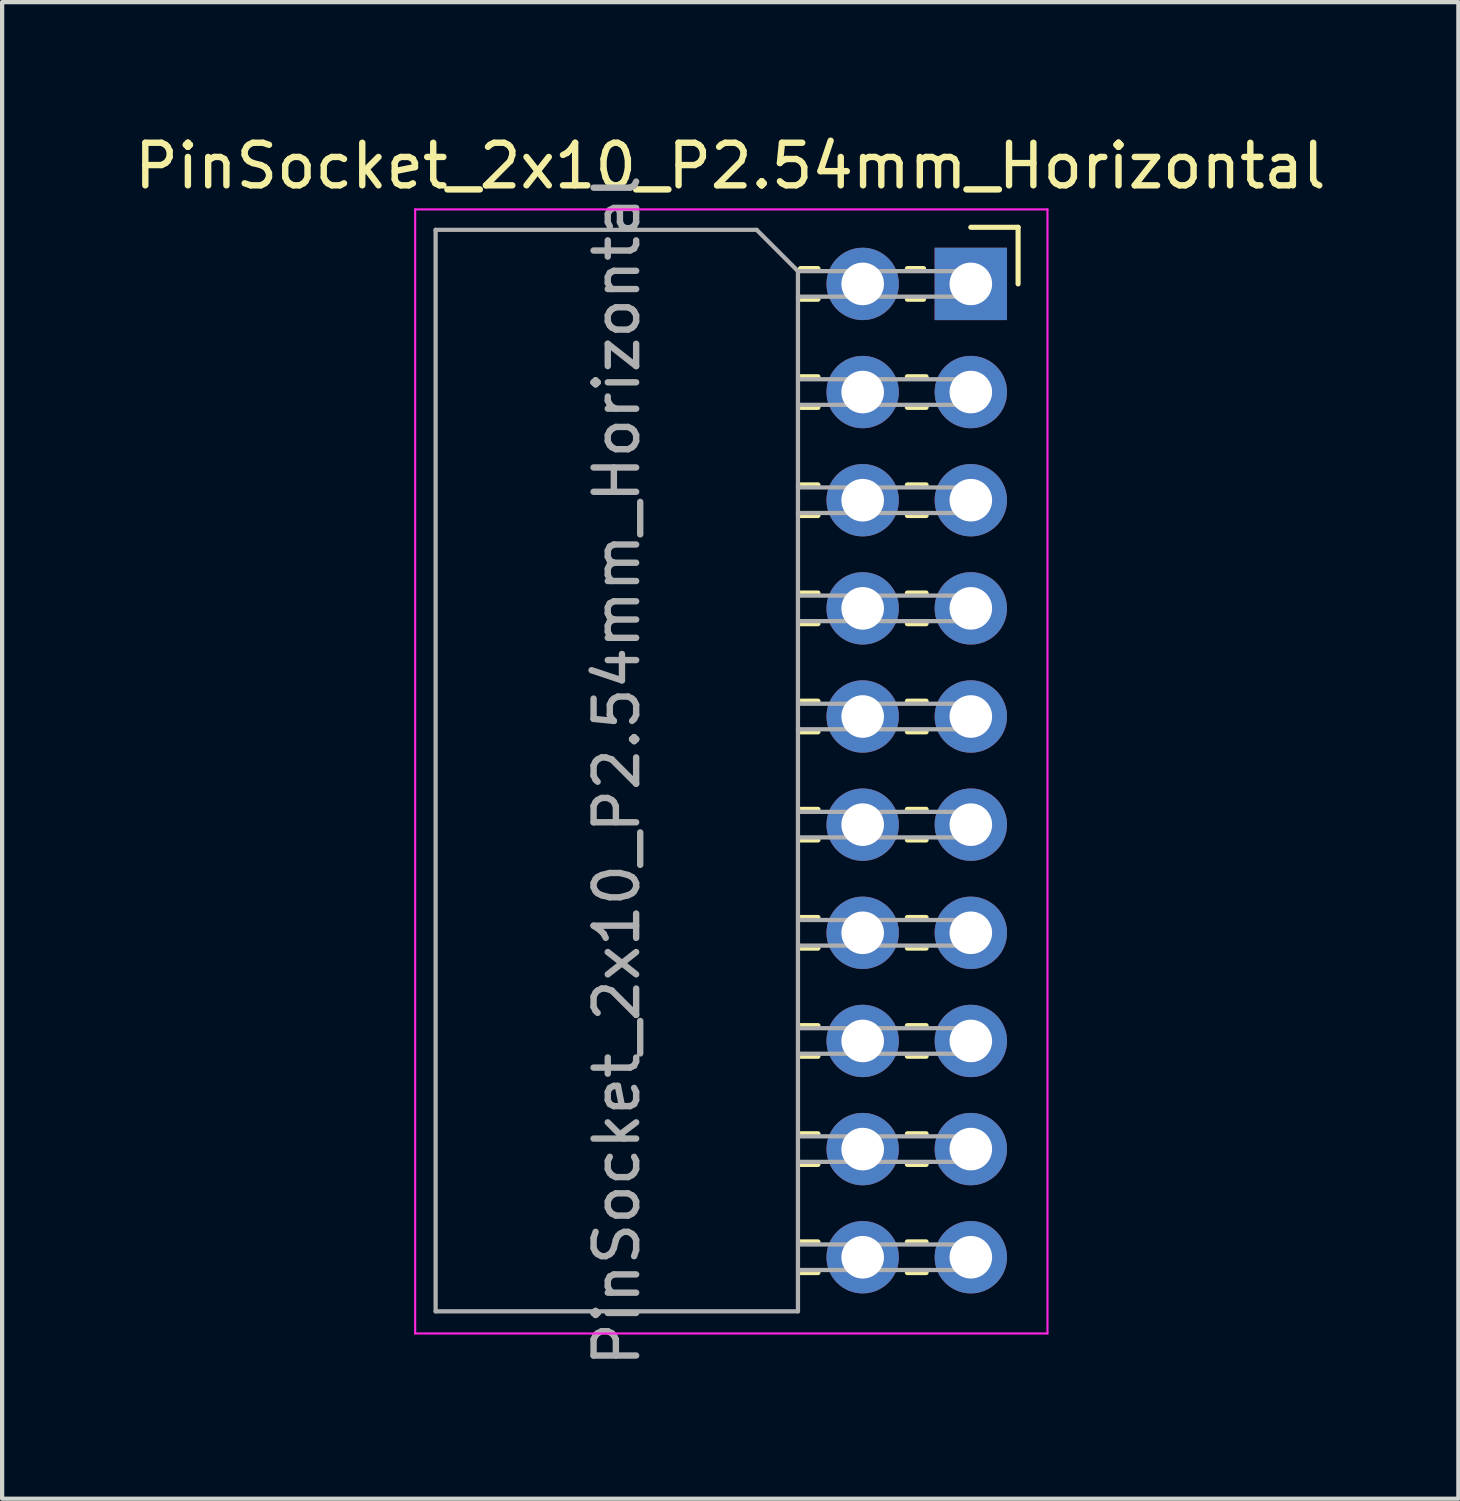
<source format=kicad_pcb>
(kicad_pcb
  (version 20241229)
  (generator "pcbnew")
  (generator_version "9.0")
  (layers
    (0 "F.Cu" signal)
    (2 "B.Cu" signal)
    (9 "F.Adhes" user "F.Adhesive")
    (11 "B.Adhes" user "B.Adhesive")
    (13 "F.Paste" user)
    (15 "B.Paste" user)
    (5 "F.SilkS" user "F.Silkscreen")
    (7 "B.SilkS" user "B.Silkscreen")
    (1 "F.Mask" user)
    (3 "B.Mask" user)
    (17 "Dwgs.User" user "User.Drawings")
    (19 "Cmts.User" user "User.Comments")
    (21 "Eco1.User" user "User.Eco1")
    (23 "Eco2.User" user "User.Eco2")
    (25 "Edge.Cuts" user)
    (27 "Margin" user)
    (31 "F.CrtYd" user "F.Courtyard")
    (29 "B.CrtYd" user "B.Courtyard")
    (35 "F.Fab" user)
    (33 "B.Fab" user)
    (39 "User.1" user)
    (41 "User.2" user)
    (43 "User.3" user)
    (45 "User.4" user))
  (footprint "PinSocket_2x10_P2.54mm_Horizontal"
    (layer "F.Cu")
    (at 19.751 3.618)
    (property "Reference" "PinSocket_2x10_P2.54mm_Horizontal" (at -5.65 -2.77 180) (layer "F.SilkS") (effects (font (size 1 1) (thickness 0.15))))
    (attr through_hole)
    (fp_line (start -4 -0.36) (end -3.59 -0.36) (stroke (width 0.12) (type solid)) (layer "F.SilkS"))
    (fp_line (start -4 0.36) (end -3.59 0.36) (stroke (width 0.12) (type solid)) (layer "F.SilkS"))
    (fp_line (start -4 2.18) (end -3.59 2.18) (stroke (width 0.12) (type solid)) (layer "F.SilkS"))
    (fp_line (start -4 2.9) (end -3.59 2.9) (stroke (width 0.12) (type solid)) (layer "F.SilkS"))
    (fp_line (start -4 4.72) (end -3.59 4.72) (stroke (width 0.12) (type solid)) (layer "F.SilkS"))
    (fp_line (start -4 5.44) (end -3.59 5.44) (stroke (width 0.12) (type solid)) (layer "F.SilkS"))
    (fp_line (start -4 7.26) (end -3.59 7.26) (stroke (width 0.12) (type solid)) (layer "F.SilkS"))
    (fp_line (start -4 7.98) (end -3.59 7.98) (stroke (width 0.12) (type solid)) (layer "F.SilkS"))
    (fp_line (start -4 9.8) (end -3.59 9.8) (stroke (width 0.12) (type solid)) (layer "F.SilkS"))
    (fp_line (start -4 10.52) (end -3.59 10.52) (stroke (width 0.12) (type solid)) (layer "F.SilkS"))
    (fp_line (start -4 12.34) (end -3.59 12.34) (stroke (width 0.12) (type solid)) (layer "F.SilkS"))
    (fp_line (start -4 13.06) (end -3.59 13.06) (stroke (width 0.12) (type solid)) (layer "F.SilkS"))
    (fp_line (start -4 14.88) (end -3.59 14.88) (stroke (width 0.12) (type solid)) (layer "F.SilkS"))
    (fp_line (start -4 15.6) (end -3.59 15.6) (stroke (width 0.12) (type solid)) (layer "F.SilkS"))
    (fp_line (start -4 17.42) (end -3.59 17.42) (stroke (width 0.12) (type solid)) (layer "F.SilkS"))
    (fp_line (start -4 18.14) (end -3.59 18.14) (stroke (width 0.12) (type solid)) (layer "F.SilkS"))
    (fp_line (start -4 19.96) (end -3.59 19.96) (stroke (width 0.12) (type solid)) (layer "F.SilkS"))
    (fp_line (start -4 20.68) (end -3.59 20.68) (stroke (width 0.12) (type solid)) (layer "F.SilkS"))
    (fp_line (start -4 22.5) (end -3.59 22.5) (stroke (width 0.12) (type solid)) (layer "F.SilkS"))
    (fp_line (start -4 23.22) (end -3.59 23.22) (stroke (width 0.12) (type solid)) (layer "F.SilkS"))
    (fp_line (start -1.49 -0.36) (end -1.11 -0.36) (stroke (width 0.12) (type solid)) (layer "F.SilkS"))
    (fp_line (start -1.49 0.36) (end -1.11 0.36) (stroke (width 0.12) (type solid)) (layer "F.SilkS"))
    (fp_line (start -1.49 2.18) (end -1.05 2.18) (stroke (width 0.12) (type solid)) (layer "F.SilkS"))
    (fp_line (start -1.49 2.9) (end -1.05 2.9) (stroke (width 0.12) (type solid)) (layer "F.SilkS"))
    (fp_line (start -1.49 4.72) (end -1.05 4.72) (stroke (width 0.12) (type solid)) (layer "F.SilkS"))
    (fp_line (start -1.49 5.44) (end -1.05 5.44) (stroke (width 0.12) (type solid)) (layer "F.SilkS"))
    (fp_line (start -1.49 7.26) (end -1.05 7.26) (stroke (width 0.12) (type solid)) (layer "F.SilkS"))
    (fp_line (start -1.49 7.98) (end -1.05 7.98) (stroke (width 0.12) (type solid)) (layer "F.SilkS"))
    (fp_line (start -1.49 9.8) (end -1.05 9.8) (stroke (width 0.12) (type solid)) (layer "F.SilkS"))
    (fp_line (start -1.49 10.52) (end -1.05 10.52) (stroke (width 0.12) (type solid)) (layer "F.SilkS"))
    (fp_line (start -1.49 12.34) (end -1.05 12.34) (stroke (width 0.12) (type solid)) (layer "F.SilkS"))
    (fp_line (start -1.49 13.06) (end -1.05 13.06) (stroke (width 0.12) (type solid)) (layer "F.SilkS"))
    (fp_line (start -1.49 14.88) (end -1.05 14.88) (stroke (width 0.12) (type solid)) (layer "F.SilkS"))
    (fp_line (start -1.49 15.6) (end -1.05 15.6) (stroke (width 0.12) (type solid)) (layer "F.SilkS"))
    (fp_line (start -1.49 17.42) (end -1.05 17.42) (stroke (width 0.12) (type solid)) (layer "F.SilkS"))
    (fp_line (start -1.49 18.14) (end -1.05 18.14) (stroke (width 0.12) (type solid)) (layer "F.SilkS"))
    (fp_line (start -1.49 19.96) (end -1.05 19.96) (stroke (width 0.12) (type solid)) (layer "F.SilkS"))
    (fp_line (start -1.49 20.68) (end -1.05 20.68) (stroke (width 0.12) (type solid)) (layer "F.SilkS"))
    (fp_line (start -1.49 22.5) (end -1.05 22.5) (stroke (width 0.12) (type solid)) (layer "F.SilkS"))
    (fp_line (start -1.49 23.22) (end -1.05 23.22) (stroke (width 0.12) (type solid)) (layer "F.SilkS"))
    (fp_line (start 0 -1.33) (end 1.11 -1.33) (stroke (width 0.12) (type solid)) (layer "F.SilkS"))
    (fp_line (start 1.11 -1.33) (end 1.11 0) (stroke (width 0.12) (type solid)) (layer "F.SilkS"))
    (fp_line (start -13.05 -1.75) (end -13.05 24.65) (stroke (width 0.05) (type solid)) (layer "F.CrtYd"))
    (fp_line (start -13.05 24.65) (end 1.8 24.65) (stroke (width 0.05) (type solid)) (layer "F.CrtYd"))
    (fp_line (start 1.8 -1.75) (end -13.05 -1.75) (stroke (width 0.05) (type solid)) (layer "F.CrtYd"))
    (fp_line (start 1.8 24.65) (end 1.8 -1.75) (stroke (width 0.05) (type solid)) (layer "F.CrtYd"))
    (fp_line (start -12.57 -1.27) (end -5.03 -1.27) (stroke (width 0.1) (type solid)) (layer "F.Fab"))
    (fp_line (start -12.57 24.13) (end -12.57 -1.27) (stroke (width 0.1) (type solid)) (layer "F.Fab"))
    (fp_line (start -5.03 -1.27) (end -4.06 -0.3) (stroke (width 0.1) (type solid)) (layer "F.Fab"))
    (fp_line (start -4.06 -0.3) (end -4.06 24.13) (stroke (width 0.1) (type solid)) (layer "F.Fab"))
    (fp_line (start -4.06 0.3) (end 0 0.3) (stroke (width 0.1) (type solid)) (layer "F.Fab"))
    (fp_line (start -4.06 2.84) (end 0 2.84) (stroke (width 0.1) (type solid)) (layer "F.Fab"))
    (fp_line (start -4.06 5.38) (end 0 5.38) (stroke (width 0.1) (type solid)) (layer "F.Fab"))
    (fp_line (start -4.06 7.92) (end 0 7.92) (stroke (width 0.1) (type solid)) (layer "F.Fab"))
    (fp_line (start -4.06 10.46) (end 0 10.46) (stroke (width 0.1) (type solid)) (layer "F.Fab"))
    (fp_line (start -4.06 13) (end 0 13) (stroke (width 0.1) (type solid)) (layer "F.Fab"))
    (fp_line (start -4.06 15.54) (end 0 15.54) (stroke (width 0.1) (type solid)) (layer "F.Fab"))
    (fp_line (start -4.06 18.08) (end 0 18.08) (stroke (width 0.1) (type solid)) (layer "F.Fab"))
    (fp_line (start -4.06 20.62) (end 0 20.62) (stroke (width 0.1) (type solid)) (layer "F.Fab"))
    (fp_line (start -4.06 23.16) (end 0 23.16) (stroke (width 0.1) (type solid)) (layer "F.Fab"))
    (fp_line (start -4.06 24.13) (end -12.57 24.13) (stroke (width 0.1) (type solid)) (layer "F.Fab"))
    (fp_line (start 0 -0.3) (end -4.06 -0.3) (stroke (width 0.1) (type solid)) (layer "F.Fab"))
    (fp_line (start 0 0.3) (end 0 -0.3) (stroke (width 0.1) (type solid)) (layer "F.Fab"))
    (fp_line (start 0 2.24) (end -4.06 2.24) (stroke (width 0.1) (type solid)) (layer "F.Fab"))
    (fp_line (start 0 2.84) (end 0 2.24) (stroke (width 0.1) (type solid)) (layer "F.Fab"))
    (fp_line (start 0 4.78) (end -4.06 4.78) (stroke (width 0.1) (type solid)) (layer "F.Fab"))
    (fp_line (start 0 5.38) (end 0 4.78) (stroke (width 0.1) (type solid)) (layer "F.Fab"))
    (fp_line (start 0 7.32) (end -4.06 7.32) (stroke (width 0.1) (type solid)) (layer "F.Fab"))
    (fp_line (start 0 7.92) (end 0 7.32) (stroke (width 0.1) (type solid)) (layer "F.Fab"))
    (fp_line (start 0 9.86) (end -4.06 9.86) (stroke (width 0.1) (type solid)) (layer "F.Fab"))
    (fp_line (start 0 10.46) (end 0 9.86) (stroke (width 0.1) (type solid)) (layer "F.Fab"))
    (fp_line (start 0 12.4) (end -4.06 12.4) (stroke (width 0.1) (type solid)) (layer "F.Fab"))
    (fp_line (start 0 13) (end 0 12.4) (stroke (width 0.1) (type solid)) (layer "F.Fab"))
    (fp_line (start 0 14.94) (end -4.06 14.94) (stroke (width 0.1) (type solid)) (layer "F.Fab"))
    (fp_line (start 0 15.54) (end 0 14.94) (stroke (width 0.1) (type solid)) (layer "F.Fab"))
    (fp_line (start 0 17.48) (end -4.06 17.48) (stroke (width 0.1) (type solid)) (layer "F.Fab"))
    (fp_line (start 0 18.08) (end 0 17.48) (stroke (width 0.1) (type solid)) (layer "F.Fab"))
    (fp_line (start 0 20.02) (end -4.06 20.02) (stroke (width 0.1) (type solid)) (layer "F.Fab"))
    (fp_line (start 0 20.62) (end 0 20.02) (stroke (width 0.1) (type solid)) (layer "F.Fab"))
    (fp_line (start 0 22.56) (end -4.06 22.56) (stroke (width 0.1) (type solid)) (layer "F.Fab"))
    (fp_line (start 0 23.16) (end 0 22.56) (stroke (width 0.1) (type solid)) (layer "F.Fab"))
    (fp_text user "${REFERENCE}" (at -8.315 11.43 90) (layer "F.Fab") (effects (font (size 1 1) (thickness 0.15))))
    (pad "1" thru_hole rect (at 0 0) (size 1.7 1.7) (drill 1) (layers "*.Cu" "*.Mask"))
    (pad "2" thru_hole oval (at -2.54 0) (size 1.7 1.7) (drill 1) (layers "*.Cu" "*.Mask"))
    (pad "3" thru_hole oval (at 0 2.54) (size 1.7 1.7) (drill 1) (layers "*.Cu" "*.Mask"))
    (pad "4" thru_hole oval (at -2.54 2.54) (size 1.7 1.7) (drill 1) (layers "*.Cu" "*.Mask"))
    (pad "5" thru_hole oval (at 0 5.08) (size 1.7 1.7) (drill 1) (layers "*.Cu" "*.Mask"))
    (pad "6" thru_hole oval (at -2.54 5.08) (size 1.7 1.7) (drill 1) (layers "*.Cu" "*.Mask"))
    (pad "7" thru_hole oval (at 0 7.62) (size 1.7 1.7) (drill 1) (layers "*.Cu" "*.Mask"))
    (pad "8" thru_hole oval (at -2.54 7.62) (size 1.7 1.7) (drill 1) (layers "*.Cu" "*.Mask"))
    (pad "9" thru_hole oval (at 0 10.16) (size 1.7 1.7) (drill 1) (layers "*.Cu" "*.Mask"))
    (pad "10" thru_hole oval (at -2.54 10.16) (size 1.7 1.7) (drill 1) (layers "*.Cu" "*.Mask"))
    (pad "11" thru_hole oval (at 0 12.7) (size 1.7 1.7) (drill 1) (layers "*.Cu" "*.Mask"))
    (pad "12" thru_hole oval (at -2.54 12.7) (size 1.7 1.7) (drill 1) (layers "*.Cu" "*.Mask"))
    (pad "13" thru_hole oval (at 0 15.24) (size 1.7 1.7) (drill 1) (layers "*.Cu" "*.Mask"))
    (pad "14" thru_hole oval (at -2.54 15.24) (size 1.7 1.7) (drill 1) (layers "*.Cu" "*.Mask"))
    (pad "15" thru_hole oval (at 0 17.78) (size 1.7 1.7) (drill 1) (layers "*.Cu" "*.Mask"))
    (pad "16" thru_hole oval (at -2.54 17.78) (size 1.7 1.7) (drill 1) (layers "*.Cu" "*.Mask"))
    (pad "17" thru_hole oval (at 0 20.32) (size 1.7 1.7) (drill 1) (layers "*.Cu" "*.Mask"))
    (pad "18" thru_hole oval (at -2.54 20.32) (size 1.7 1.7) (drill 1) (layers "*.Cu" "*.Mask"))
    (pad "19" thru_hole oval (at 0 22.86) (size 1.7 1.7) (drill 1) (layers "*.Cu" "*.Mask"))
    (pad "20" thru_hole oval (at -2.54 22.86) (size 1.7 1.7) (drill 1) (layers "*.Cu" "*.Mask")))
  (gr_rect
    (start -3 -3)
    (end 31.202 32.149)
    (stroke (width 0.1) (type default))
    (fill no)
    (layer "Edge.Cuts")))
</source>
